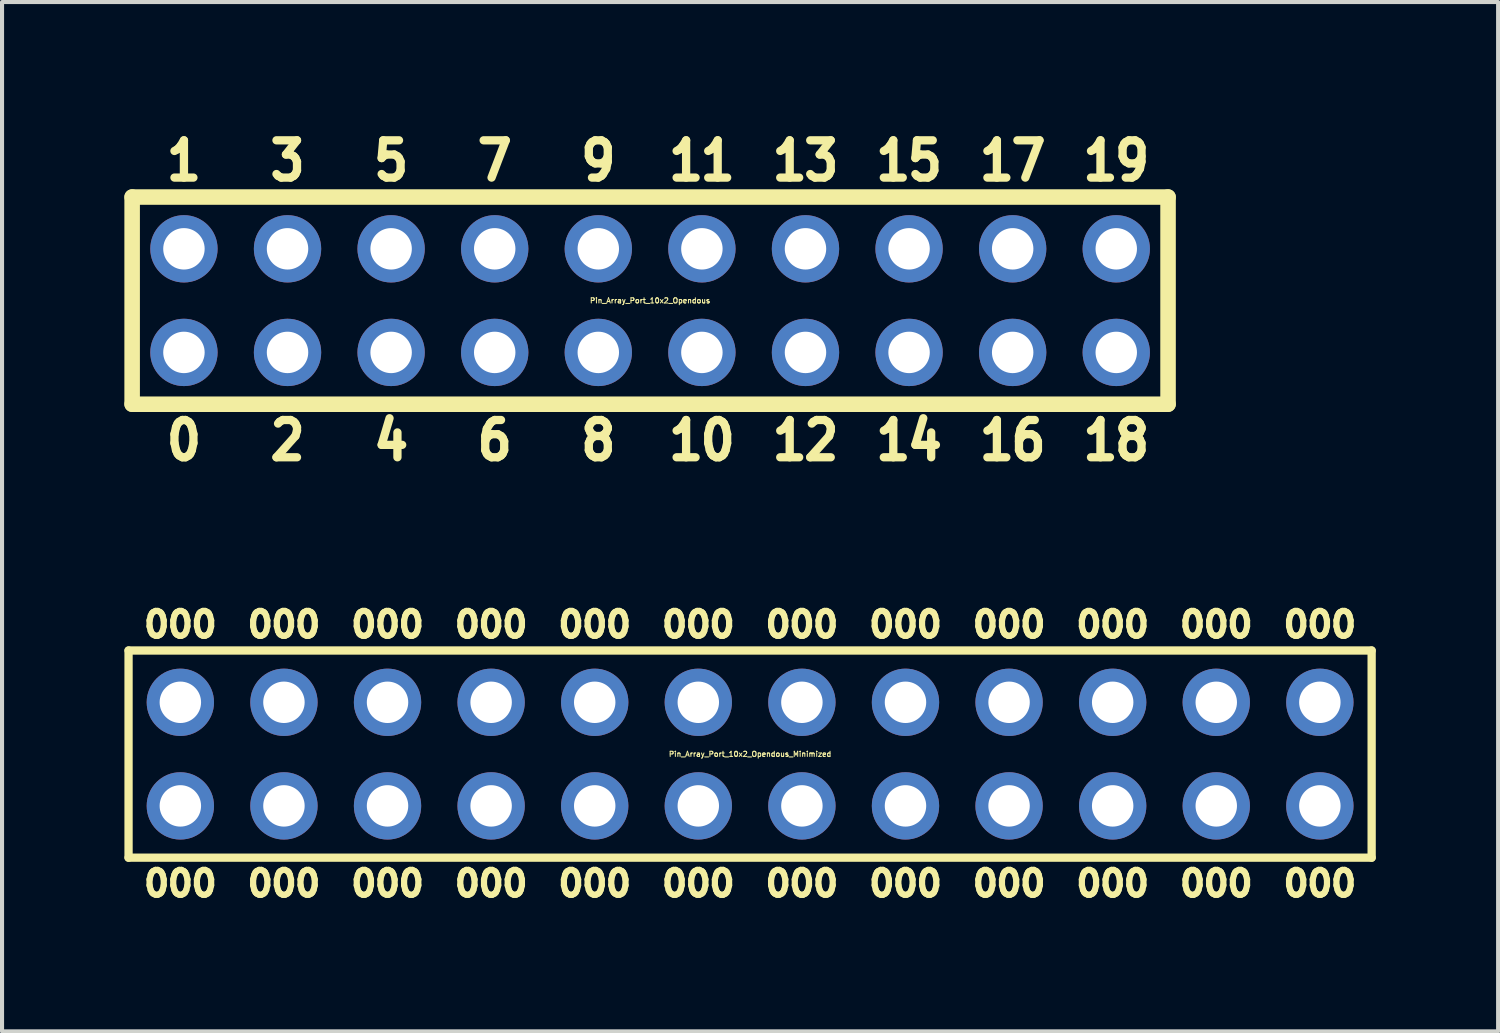
<source format=kicad_pcb>
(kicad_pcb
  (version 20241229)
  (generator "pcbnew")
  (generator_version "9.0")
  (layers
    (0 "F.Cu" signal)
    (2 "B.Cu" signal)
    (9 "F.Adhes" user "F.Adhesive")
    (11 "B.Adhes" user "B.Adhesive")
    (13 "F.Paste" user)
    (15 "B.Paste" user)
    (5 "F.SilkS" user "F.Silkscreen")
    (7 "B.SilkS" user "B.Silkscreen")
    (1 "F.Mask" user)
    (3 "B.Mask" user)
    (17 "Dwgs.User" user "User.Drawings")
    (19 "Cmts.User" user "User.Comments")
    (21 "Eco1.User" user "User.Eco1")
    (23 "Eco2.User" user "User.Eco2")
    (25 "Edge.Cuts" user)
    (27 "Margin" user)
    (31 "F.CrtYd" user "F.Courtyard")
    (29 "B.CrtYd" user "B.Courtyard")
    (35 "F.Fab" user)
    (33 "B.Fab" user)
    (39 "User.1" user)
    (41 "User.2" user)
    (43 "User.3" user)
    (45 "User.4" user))
  (footprint "Pin_Array_Port_10x2_Opendous_Minimized"
    (layer "F.Cu")
    (at 15.342 15.44)
    (property "Reference" "Pin_Array_Port_10x2_Opendous_Minimized" (at 0 0 0) (layer "F.SilkS") (effects (font (size 0.127 0.127) (thickness 0.025))))
    (attr through_hole)
    (fp_line (start -15.24 -2.54) (end -15.24 2.54) (stroke (width 0.203) (type solid)) (layer "F.SilkS"))
    (fp_line (start -15.24 -2.54) (end 15.24 -2.54) (stroke (width 0.203) (type solid)) (layer "F.SilkS"))
    (fp_line (start 15.24 -2.54) (end 15.24 2.54) (stroke (width 0.203) (type solid)) (layer "F.SilkS"))
    (fp_line (start 15.24 2.54) (end -15.24 2.54) (stroke (width 0.203) (type solid)) (layer "F.SilkS"))
    (fp_text user "000" (at 11.43 -3.175 0) (layer "F.SilkS") (effects (font (size 0.61 0.61) (thickness 0.152))))
    (fp_text user "000" (at -1.27 3.175 0) (layer "F.SilkS") (effects (font (size 0.61 0.61) (thickness 0.152))))
    (fp_text user "000" (at 11.43 3.175 0) (layer "F.SilkS") (effects (font (size 0.61 0.61) (thickness 0.152))))
    (fp_text user "000" (at -13.97 3.175 0) (layer "F.SilkS") (effects (font (size 0.61 0.61) (thickness 0.152))))
    (fp_text user "000" (at -6.35 -3.175 0) (layer "F.SilkS") (effects (font (size 0.61 0.61) (thickness 0.152))))
    (fp_text user "000" (at 8.89 3.175 0) (layer "F.SilkS") (effects (font (size 0.61 0.61) (thickness 0.152))))
    (fp_text user "000" (at -11.43 3.175 0) (layer "F.SilkS") (effects (font (size 0.61 0.61) (thickness 0.152))))
    (fp_text user "000" (at 6.35 -3.175 0) (layer "F.SilkS") (effects (font (size 0.61 0.61) (thickness 0.152))))
    (fp_text user "000" (at -6.35 3.175 0) (layer "F.SilkS") (effects (font (size 0.61 0.61) (thickness 0.152))))
    (fp_text user "000" (at 6.35 3.175 0) (layer "F.SilkS") (effects (font (size 0.61 0.61) (thickness 0.152))))
    (fp_text user "000" (at -8.89 -3.175 0) (layer "F.SilkS") (effects (font (size 0.61 0.61) (thickness 0.152))))
    (fp_text user "000" (at -8.89 3.175 0) (layer "F.SilkS") (effects (font (size 0.61 0.61) (thickness 0.152))))
    (fp_text user "000" (at -1.27 -3.175 0) (layer "F.SilkS") (effects (font (size 0.61 0.61) (thickness 0.152))))
    (fp_text user "000" (at -11.43 -3.175 0) (layer "F.SilkS") (effects (font (size 0.61 0.61) (thickness 0.152))))
    (fp_text user "000" (at 3.81 -3.175 0) (layer "F.SilkS") (effects (font (size 0.61 0.61) (thickness 0.152))))
    (fp_text user "000" (at 3.81 3.175 0) (layer "F.SilkS") (effects (font (size 0.61 0.61) (thickness 0.152))))
    (fp_text user "000" (at 13.97 3.175 0) (layer "F.SilkS") (effects (font (size 0.61 0.61) (thickness 0.152))))
    (fp_text user "000" (at -3.81 -3.175 0) (layer "F.SilkS") (effects (font (size 0.61 0.61) (thickness 0.152))))
    (fp_text user "000" (at -3.81 3.175 0) (layer "F.SilkS") (effects (font (size 0.61 0.61) (thickness 0.152))))
    (fp_text user "000" (at -13.97 -3.175 0) (layer "F.SilkS") (effects (font (size 0.61 0.61) (thickness 0.152))))
    (fp_text user "000" (at 13.97 -3.175 0) (layer "F.SilkS") (effects (font (size 0.61 0.61) (thickness 0.152))))
    (fp_text user "000" (at 1.27 -3.175 0) (layer "F.SilkS") (effects (font (size 0.61 0.61) (thickness 0.152))))
    (fp_text user "000" (at 8.89 -3.175 0) (layer "F.SilkS") (effects (font (size 0.61 0.61) (thickness 0.152))))
    (fp_text user "000" (at 1.27 3.175 0) (layer "F.SilkS") (effects (font (size 0.61 0.61) (thickness 0.152))))
    (pad "1" thru_hole circle (at -13.97 1.27) (size 1.651 1.651) (drill 1.016) (layers "*.Cu" "*.Mask"))
    (pad "2" thru_hole circle (at -13.97 -1.27) (size 1.651 1.651) (drill 1.016) (layers "*.Cu" "*.Mask"))
    (pad "3" thru_hole circle (at -11.43 1.27) (size 1.651 1.651) (drill 1.016) (layers "*.Cu" "*.Mask"))
    (pad "4" thru_hole circle (at -11.43 -1.27) (size 1.651 1.651) (drill 1.016) (layers "*.Cu" "*.Mask"))
    (pad "5" thru_hole circle (at -8.89 1.27) (size 1.651 1.651) (drill 1.016) (layers "*.Cu" "*.Mask"))
    (pad "6" thru_hole circle (at -8.89 -1.27) (size 1.651 1.651) (drill 1.016) (layers "*.Cu" "*.Mask"))
    (pad "7" thru_hole circle (at -6.35 1.27) (size 1.651 1.651) (drill 1.016) (layers "*.Cu" "*.Mask"))
    (pad "8" thru_hole circle (at -6.35 -1.27) (size 1.651 1.651) (drill 1.016) (layers "*.Cu" "*.Mask"))
    (pad "9" thru_hole circle (at -3.81 1.27) (size 1.651 1.651) (drill 1.016) (layers "*.Cu" "*.Mask"))
    (pad "10" thru_hole circle (at -3.81 -1.27) (size 1.651 1.651) (drill 1.016) (layers "*.Cu" "*.Mask"))
    (pad "11" thru_hole circle (at -1.27 1.27) (size 1.651 1.651) (drill 1.016) (layers "*.Cu" "*.Mask"))
    (pad "12" thru_hole circle (at -1.27 -1.27) (size 1.651 1.651) (drill 1.016) (layers "*.Cu" "*.Mask"))
    (pad "13" thru_hole circle (at 1.27 1.27) (size 1.651 1.651) (drill 1.016) (layers "*.Cu" "*.Mask"))
    (pad "14" thru_hole circle (at 1.27 -1.27) (size 1.651 1.651) (drill 1.016) (layers "*.Cu" "*.Mask"))
    (pad "15" thru_hole circle (at 3.81 1.27) (size 1.651 1.651) (drill 1.016) (layers "*.Cu" "*.Mask"))
    (pad "16" thru_hole circle (at 3.81 -1.27) (size 1.651 1.651) (drill 1.016) (layers "*.Cu" "*.Mask"))
    (pad "17" thru_hole circle (at 6.35 1.27) (size 1.651 1.651) (drill 1.016) (layers "*.Cu" "*.Mask"))
    (pad "18" thru_hole circle (at 6.35 -1.27) (size 1.651 1.651) (drill 1.016) (layers "*.Cu" "*.Mask"))
    (pad "19" thru_hole circle (at 8.89 1.27) (size 1.651 1.651) (drill 1.016) (layers "*.Cu" "*.Mask"))
    (pad "20" thru_hole circle (at 8.89 -1.27) (size 1.651 1.651) (drill 1.016) (layers "*.Cu" "*.Mask"))
    (pad "21" thru_hole circle (at 11.43 1.27) (size 1.651 1.651) (drill 1.016) (layers "*.Cu" "*.Mask"))
    (pad "22" thru_hole circle (at 11.43 -1.27) (size 1.651 1.651) (drill 1.016) (layers "*.Cu" "*.Mask"))
    (pad "23" thru_hole circle (at 13.97 1.27) (size 1.651 1.651) (drill 1.016) (layers "*.Cu" "*.Mask"))
    (pad "24" thru_hole circle (at 13.97 -1.27) (size 1.651 1.651) (drill 1.016) (layers "*.Cu" "*.Mask")))
  (footprint "Pin_Array_Port_10x2_Opendous"
    (layer "F.Cu")
    (at 12.89 4.321)
    (property "Reference" "Pin_Array_Port_10x2_Opendous" (at 0 0 0) (layer "F.SilkS") (effects (font (size 0.127 0.127) (thickness 0.025))))
    (attr through_hole)
    (fp_line (start -12.7 -2.54) (end -12.7 2.54) (stroke (width 0.381) (type solid)) (layer "F.SilkS"))
    (fp_line (start -12.7 2.54) (end 12.7 2.54) (stroke (width 0.381) (type solid)) (layer "F.SilkS"))
    (fp_line (start 12.7 -2.54) (end -12.7 -2.54) (stroke (width 0.381) (type solid)) (layer "F.SilkS"))
    (fp_line (start 12.7 2.54) (end 12.7 -2.54) (stroke (width 0.381) (type solid)) (layer "F.SilkS"))
    (fp_text user "0" (at -11.43 3.429 0) (layer "F.SilkS") (effects (font (size 0.914 0.813) (thickness 0.203))))
    (fp_text user "13" (at 3.81 -3.429 0) (layer "F.SilkS") (effects (font (size 0.914 0.813) (thickness 0.203))))
    (fp_text user "16" (at 8.89 3.429 0) (layer "F.SilkS") (effects (font (size 0.914 0.813) (thickness 0.203))))
    (fp_text user "7" (at -3.81 -3.429 0) (layer "F.SilkS") (effects (font (size 0.914 0.813) (thickness 0.203))))
    (fp_text user "9" (at -1.27 -3.429 0) (layer "F.SilkS") (effects (font (size 0.914 0.813) (thickness 0.203))))
    (fp_text user "4" (at -6.35 3.429 0) (layer "F.SilkS") (effects (font (size 0.914 0.813) (thickness 0.203))))
    (fp_text user "18" (at 11.43 3.429 0) (layer "F.SilkS") (effects (font (size 0.914 0.813) (thickness 0.203))))
    (fp_text user "12" (at 3.81 3.429 0) (layer "F.SilkS") (effects (font (size 0.914 0.813) (thickness 0.203))))
    (fp_text user "10" (at 1.27 3.429 0) (layer "F.SilkS") (effects (font (size 0.914 0.813) (thickness 0.203))))
    (fp_text user "5" (at -6.35 -3.429 0) (layer "F.SilkS") (effects (font (size 0.914 0.813) (thickness 0.203))))
    (fp_text user "19" (at 11.43 -3.429 0) (layer "F.SilkS") (effects (font (size 0.914 0.813) (thickness 0.203))))
    (fp_text user "14" (at 6.35 3.429 0) (layer "F.SilkS") (effects (font (size 0.914 0.813) (thickness 0.203))))
    (fp_text user "8" (at -1.27 3.429 0) (layer "F.SilkS") (effects (font (size 0.914 0.813) (thickness 0.203))))
    (fp_text user "2" (at -8.89 3.429 0) (layer "F.SilkS") (effects (font (size 0.914 0.813) (thickness 0.203))))
    (fp_text user "17" (at 8.89 -3.429 0) (layer "F.SilkS") (effects (font (size 0.914 0.813) (thickness 0.203))))
    (fp_text user "3" (at -8.89 -3.429 0) (layer "F.SilkS") (effects (font (size 0.914 0.813) (thickness 0.203))))
    (fp_text user "6" (at -3.81 3.429 0) (layer "F.SilkS") (effects (font (size 0.914 0.813) (thickness 0.203))))
    (fp_text user "15" (at 6.35 -3.429 0) (layer "F.SilkS") (effects (font (size 0.914 0.813) (thickness 0.203))))
    (fp_text user "11" (at 1.27 -3.429 0) (layer "F.SilkS") (effects (font (size 0.914 0.813) (thickness 0.203))))
    (fp_text user "1" (at -11.43 -3.429 0) (layer "F.SilkS") (effects (font (size 0.914 0.813) (thickness 0.203))))
    (pad "1" thru_hole circle (at -11.43 1.27) (size 1.651 1.651) (drill 1.016) (layers "*.Cu" "*.Mask"))
    (pad "2" thru_hole circle (at -11.43 -1.27) (size 1.651 1.651) (drill 1.016) (layers "*.Cu" "*.Mask"))
    (pad "3" thru_hole circle (at -8.89 1.27) (size 1.651 1.651) (drill 1.016) (layers "*.Cu" "*.Mask"))
    (pad "4" thru_hole circle (at -8.89 -1.27) (size 1.651 1.651) (drill 1.016) (layers "*.Cu" "*.Mask"))
    (pad "5" thru_hole circle (at -6.35 1.27) (size 1.651 1.651) (drill 1.016) (layers "*.Cu" "*.Mask"))
    (pad "6" thru_hole circle (at -6.35 -1.27) (size 1.651 1.651) (drill 1.016) (layers "*.Cu" "*.Mask"))
    (pad "7" thru_hole circle (at -3.81 1.27) (size 1.651 1.651) (drill 1.016) (layers "*.Cu" "*.Mask"))
    (pad "8" thru_hole circle (at -3.81 -1.27) (size 1.651 1.651) (drill 1.016) (layers "*.Cu" "*.Mask"))
    (pad "9" thru_hole circle (at -1.27 1.27) (size 1.651 1.651) (drill 1.016) (layers "*.Cu" "*.Mask"))
    (pad "10" thru_hole circle (at -1.27 -1.27) (size 1.651 1.651) (drill 1.016) (layers "*.Cu" "*.Mask"))
    (pad "11" thru_hole circle (at 1.27 1.27) (size 1.651 1.651) (drill 1.016) (layers "*.Cu" "*.Mask"))
    (pad "12" thru_hole circle (at 1.27 -1.27) (size 1.651 1.651) (drill 1.016) (layers "*.Cu" "*.Mask"))
    (pad "13" thru_hole circle (at 3.81 1.27) (size 1.651 1.651) (drill 1.016) (layers "*.Cu" "*.Mask"))
    (pad "14" thru_hole circle (at 3.81 -1.27) (size 1.651 1.651) (drill 1.016) (layers "*.Cu" "*.Mask"))
    (pad "15" thru_hole circle (at 6.35 1.27) (size 1.651 1.651) (drill 1.016) (layers "*.Cu" "*.Mask"))
    (pad "16" thru_hole circle (at 6.35 -1.27) (size 1.651 1.651) (drill 1.016) (layers "*.Cu" "*.Mask"))
    (pad "17" thru_hole circle (at 8.89 1.27) (size 1.651 1.651) (drill 1.016) (layers "*.Cu" "*.Mask"))
    (pad "18" thru_hole circle (at 8.89 -1.27) (size 1.651 1.651) (drill 1.016) (layers "*.Cu" "*.Mask"))
    (pad "19" thru_hole circle (at 11.43 1.27) (size 1.651 1.651) (drill 1.016) (layers "*.Cu" "*.Mask"))
    (pad "20" thru_hole circle (at 11.43 -1.27) (size 1.651 1.651) (drill 1.016) (layers "*.Cu" "*.Mask")))
  (gr_rect
    (start -3 -3)
    (end 33.683 22.239)
    (stroke (width 0.1) (type default))
    (fill no)
    (layer "Edge.Cuts")))
</source>
